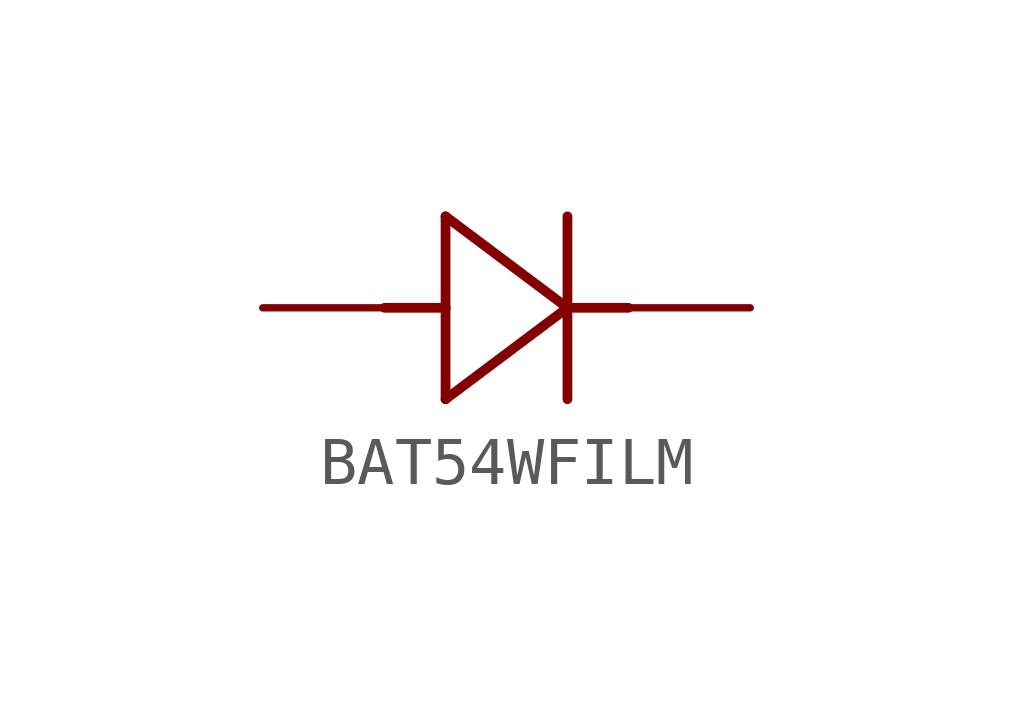
<source format=kicad_sym>
(kicad_symbol_lib
  (version 20220914)
  (generator kicad_symbol_editor)
  (symbol "BAT54WFILM"
    (property "Reference" ""
      (at -2.819 2.692 0)
      (effects (font (size 3.48 2.958)) (justify left bottom) hide))
    (property "ki_locked" ""
      (at 0 0 0)
      (effects (font (size 1.27 1.27))))
    (symbol "BAT54WFILM_1_0"
      (polyline (pts (xy 2.54 0) (xy 3.81 0)) (stroke (width 0.203) (type solid)) (fill (type none)))
      (polyline (pts (xy 3.81 -1.905) (xy 6.35 0)) (stroke (width 0.203) (type solid)) (fill (type none)))
      (polyline (pts (xy 3.81 0) (xy 3.81 -1.905)) (stroke (width 0.203) (type solid)) (fill (type none)))
      (polyline (pts (xy 3.81 1.905) (xy 3.81 0)) (stroke (width 0.203) (type solid)) (fill (type none)))
      (polyline (pts (xy 6.35 -1.905) (xy 6.35 0)) (stroke (width 0.203) (type solid)) (fill (type none)))
      (polyline (pts (xy 6.35 0) (xy 3.81 1.905)) (stroke (width 0.203) (type solid)) (fill (type none)))
      (polyline (pts (xy 6.35 0) (xy 6.35 1.905)) (stroke (width 0.203) (type solid)) (fill (type none)))
      (polyline (pts (xy 6.35 0) (xy 7.62 0)) (stroke (width 0.203) (type solid)) (fill (type none)))
      (pin passive line (at 0 0 0) (length 2.54) (name "1" (effects (font (size 0 0)))) (number "1" (effects (font (size 0 0)))))
      (pin passive line (at 10.16 0 180) (length 2.54) (name "2" (effects (font (size 0 0)))) (number "3" (effects (font (size 0 0))))))))
</source>
